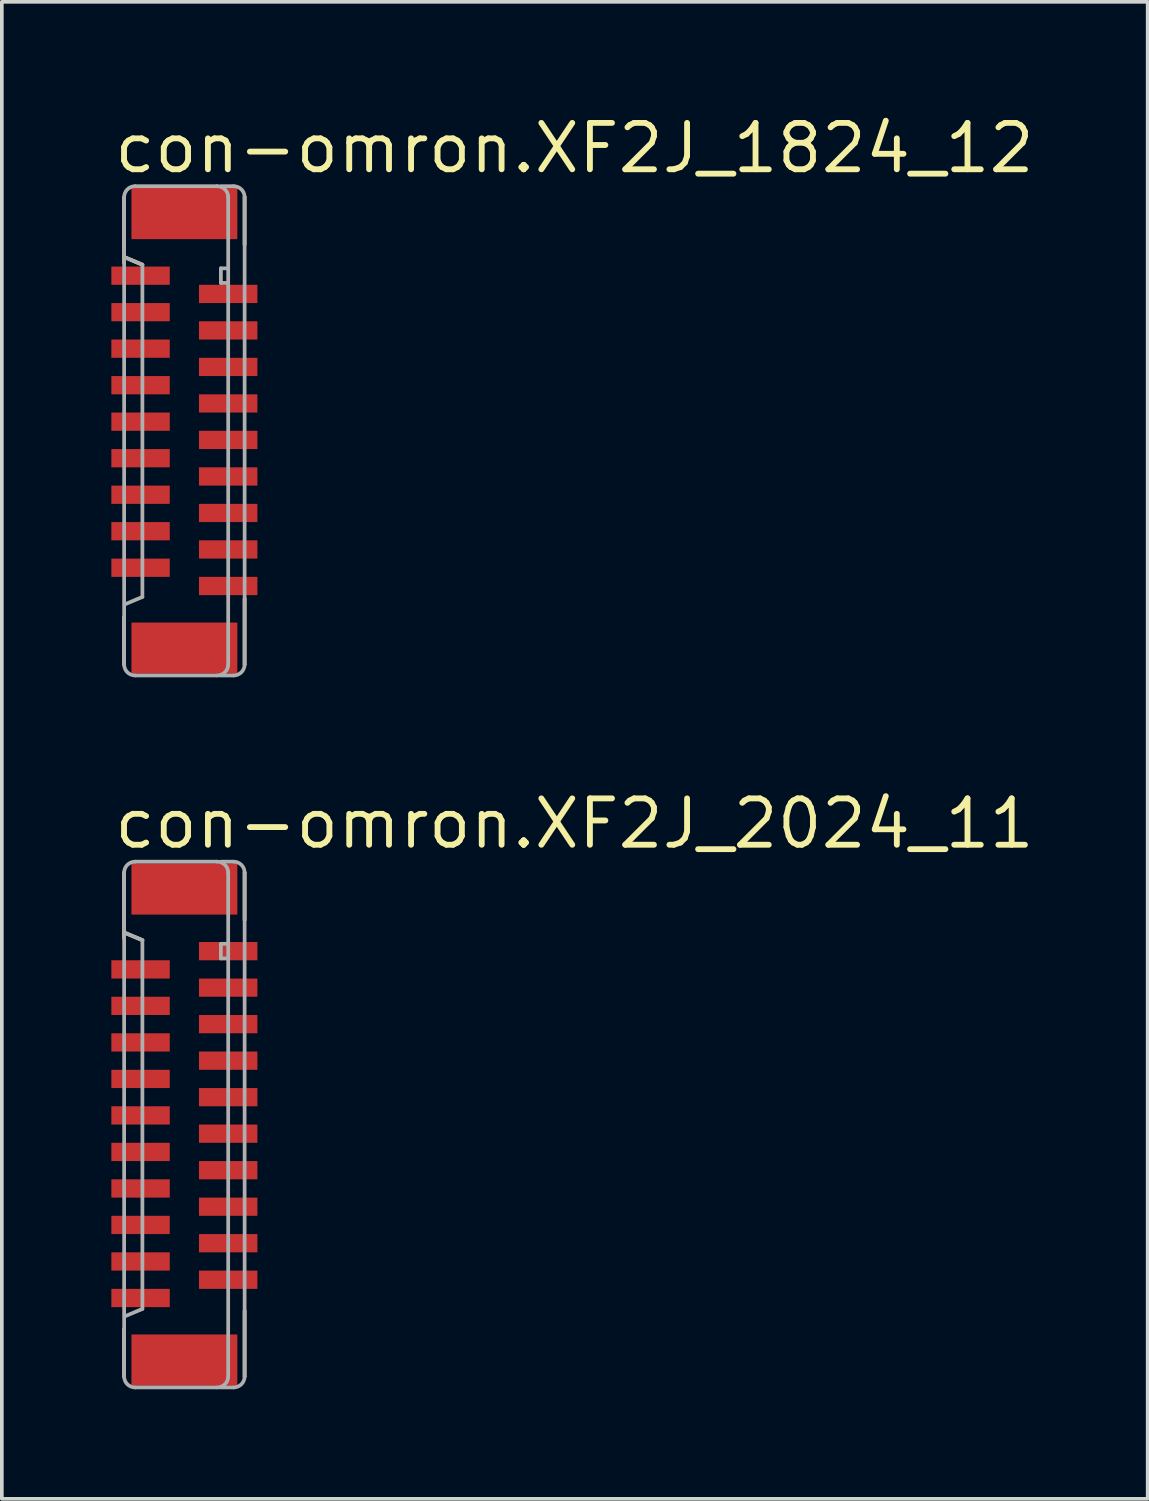
<source format=kicad_pcb>
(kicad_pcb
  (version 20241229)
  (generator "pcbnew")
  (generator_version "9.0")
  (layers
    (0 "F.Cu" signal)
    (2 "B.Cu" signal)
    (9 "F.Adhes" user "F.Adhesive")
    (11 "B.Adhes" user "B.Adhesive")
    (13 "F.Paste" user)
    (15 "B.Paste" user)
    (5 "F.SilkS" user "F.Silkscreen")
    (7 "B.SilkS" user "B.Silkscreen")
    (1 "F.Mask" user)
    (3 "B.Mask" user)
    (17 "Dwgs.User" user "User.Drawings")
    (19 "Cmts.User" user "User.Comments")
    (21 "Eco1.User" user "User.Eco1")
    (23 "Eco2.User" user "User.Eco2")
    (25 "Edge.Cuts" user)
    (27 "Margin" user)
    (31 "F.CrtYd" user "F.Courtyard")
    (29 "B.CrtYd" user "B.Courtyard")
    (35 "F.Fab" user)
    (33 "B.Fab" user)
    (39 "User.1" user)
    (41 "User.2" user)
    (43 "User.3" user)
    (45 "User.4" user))
  (footprint "con-omron.XF2J_1824_12"
    (layer "F.Cu")
    (at 2 8.75)
    (property "Reference" "con-omron.XF2J_1824_12" (at -2 -7 0) (layer "F.SilkS") (effects (font (size 1.27 1.27) (thickness 0.16)) (justify left bottom)))
    (attr smd)
    (fp_line (start -1.65 -6.4) (end -1.65 -4.6) (stroke (width 0.102) (type default)) (layer "F.SilkS"))
    (fp_line (start -1.65 5.1) (end -1.65 6.4) (stroke (width 0.102) (type default)) (layer "F.SilkS"))
    (fp_line (start -1.625 -4.75) (end -1.15 -4.55) (stroke (width 0.102) (type default)) (layer "F.SilkS"))
    (fp_line (start 1.65 -5.1) (end 1.65 -6.4) (stroke (width 0.102) (type default)) (layer "F.SilkS"))
    (fp_line (start 1.65 6.4) (end 1.65 4.6) (stroke (width 0.102) (type default)) (layer "F.SilkS"))
    (fp_line (start -1.65 -6.4) (end -1.65 6.4) (stroke (width 0.102) (type default)) (layer "F.Fab"))
    (fp_line (start -1.625 -4.75) (end -1.15 -4.55) (stroke (width 0.102) (type default)) (layer "F.Fab"))
    (fp_line (start -1.35 6.7) (end 0.9 6.7) (stroke (width 0.102) (type default)) (layer "F.Fab"))
    (fp_line (start -1.15 -4.55) (end -1.15 4.55) (stroke (width 0.102) (type default)) (layer "F.Fab"))
    (fp_line (start -1.15 4.55) (end -1.625 4.75) (stroke (width 0.102) (type default)) (layer "F.Fab"))
    (fp_line (start 0.9 -6.7) (end -1.35 -6.7) (stroke (width 0.102) (type default)) (layer "F.Fab"))
    (fp_line (start 0.975 6.7) (end 1.35 6.7) (stroke (width 0.102) (type default)) (layer "F.Fab"))
    (fp_line (start 1 -6.7) (end 1.35 -6.7) (stroke (width 0.102) (type default)) (layer "F.Fab"))
    (fp_line (start 1 -4.45) (end 1 -4.05) (stroke (width 0.102) (type default)) (layer "F.Fab"))
    (fp_line (start 1 -4.05) (end 1.15 -4.05) (stroke (width 0.102) (type default)) (layer "F.Fab"))
    (fp_line (start 1.15 -4.45) (end 1 -4.45) (stroke (width 0.102) (type default)) (layer "F.Fab"))
    (fp_line (start 1.2 6.4) (end 1.2 -6.4) (stroke (width 0.102) (type default)) (layer "F.Fab"))
    (fp_line (start 1.65 6.4) (end 1.65 -6.4) (stroke (width 0.102) (type default)) (layer "F.Fab"))
    (fp_arc (start -1.65 -6.4) (mid -1.562132 -6.612132) (end -1.35 -6.7) (stroke (width 0.1016) (type default)) (layer "F.Fab"))
    (fp_arc (start -1.35 6.7) (mid -1.562132 6.612132) (end -1.65 6.4) (stroke (width 0.1016) (type default)) (layer "F.Fab"))
    (fp_arc (start 0.9 -6.7) (mid 1.112132 -6.612132) (end 1.2 -6.4) (stroke (width 0.1016) (type default)) (layer "F.Fab"))
    (fp_arc (start 1.2 6.4) (mid 1.112132 6.612132) (end 0.9 6.7) (stroke (width 0.1016) (type default)) (layer "F.Fab"))
    (fp_arc (start 1.35 -6.7) (mid 1.562132 -6.612132) (end 1.65 -6.4) (stroke (width 0.1016) (type default)) (layer "F.Fab"))
    (fp_arc (start 1.65 6.4) (mid 1.562132 6.612132) (end 1.35 6.7) (stroke (width 0.1016) (type default)) (layer "F.Fab"))
    (pad "1" smd roundrect (at -1.2 -4.25 270) (size 0.5 1.6) (layers "F.Cu" "F.Mask" "F.Paste") (roundrect_rratio 0.01))
    (pad "2" smd roundrect (at 1.2 -3.75 90) (size 0.5 1.6) (layers "F.Cu" "F.Mask" "F.Paste") (roundrect_rratio 0.01))
    (pad "3" smd roundrect (at -1.2 -3.25 270) (size 0.5 1.6) (layers "F.Cu" "F.Mask" "F.Paste") (roundrect_rratio 0.01))
    (pad "4" smd roundrect (at 1.2 -2.75 90) (size 0.5 1.6) (layers "F.Cu" "F.Mask" "F.Paste") (roundrect_rratio 0.01))
    (pad "5" smd roundrect (at -1.2 -2.25 270) (size 0.5 1.6) (layers "F.Cu" "F.Mask" "F.Paste") (roundrect_rratio 0.01))
    (pad "6" smd roundrect (at 1.2 -1.75 90) (size 0.5 1.6) (layers "F.Cu" "F.Mask" "F.Paste") (roundrect_rratio 0.01))
    (pad "7" smd roundrect (at -1.2 -1.25 270) (size 0.5 1.6) (layers "F.Cu" "F.Mask" "F.Paste") (roundrect_rratio 0.01))
    (pad "8" smd roundrect (at 1.2 -0.75 90) (size 0.5 1.6) (layers "F.Cu" "F.Mask" "F.Paste") (roundrect_rratio 0.01))
    (pad "9" smd roundrect (at -1.2 -0.25 270) (size 0.5 1.6) (layers "F.Cu" "F.Mask" "F.Paste") (roundrect_rratio 0.01))
    (pad "10" smd roundrect (at 1.2 0.25 90) (size 0.5 1.6) (layers "F.Cu" "F.Mask" "F.Paste") (roundrect_rratio 0.01))
    (pad "11" smd roundrect (at -1.2 0.75 270) (size 0.5 1.6) (layers "F.Cu" "F.Mask" "F.Paste") (roundrect_rratio 0.01))
    (pad "12" smd roundrect (at 1.2 1.25 90) (size 0.5 1.6) (layers "F.Cu" "F.Mask" "F.Paste") (roundrect_rratio 0.01))
    (pad "13" smd roundrect (at -1.2 1.75 270) (size 0.5 1.6) (layers "F.Cu" "F.Mask" "F.Paste") (roundrect_rratio 0.01))
    (pad "14" smd roundrect (at 1.2 2.25 90) (size 0.5 1.6) (layers "F.Cu" "F.Mask" "F.Paste") (roundrect_rratio 0.01))
    (pad "15" smd roundrect (at -1.2 2.75 270) (size 0.5 1.6) (layers "F.Cu" "F.Mask" "F.Paste") (roundrect_rratio 0.01))
    (pad "16" smd roundrect (at 1.2 3.25 90) (size 0.5 1.6) (layers "F.Cu" "F.Mask" "F.Paste") (roundrect_rratio 0.01))
    (pad "17" smd roundrect (at -1.2 3.75 270) (size 0.5 1.6) (layers "F.Cu" "F.Mask" "F.Paste") (roundrect_rratio 0.01))
    (pad "18" smd roundrect (at 1.2 4.25 90) (size 0.5 1.6) (layers "F.Cu" "F.Mask" "F.Paste") (roundrect_rratio 0.01))
    (pad "M1" smd roundrect (at 0 -5.95 270) (size 1.4 2.9) (layers "F.Cu" "F.Mask" "F.Paste") (roundrect_rratio 0.01))
    (pad "M2" smd roundrect (at 0 5.95 270) (size 1.4 2.9) (layers "F.Cu" "F.Mask" "F.Paste") (roundrect_rratio 0.01)))
  (footprint "con-omron.XF2J_2024_11"
    (layer "F.Cu")
    (at 2 27.751)
    (property "Reference" "con-omron.XF2J_2024_11" (at -2 -7.5 0) (layer "F.SilkS") (effects (font (size 1.27 1.27) (thickness 0.16)) (justify left bottom)))
    (attr smd)
    (fp_line (start -1.65 -6.9) (end -1.65 -5.1) (stroke (width 0.102) (type default)) (layer "F.SilkS"))
    (fp_line (start -1.65 5.6) (end -1.65 6.9) (stroke (width 0.102) (type default)) (layer "F.SilkS"))
    (fp_line (start -1.625 -5.25) (end -1.15 -5.05) (stroke (width 0.102) (type default)) (layer "F.SilkS"))
    (fp_line (start 1.65 -5.6) (end 1.65 -6.9) (stroke (width 0.102) (type default)) (layer "F.SilkS"))
    (fp_line (start 1.65 6.9) (end 1.65 5.1) (stroke (width 0.102) (type default)) (layer "F.SilkS"))
    (fp_line (start -1.65 -6.9) (end -1.65 6.9) (stroke (width 0.102) (type default)) (layer "F.Fab"))
    (fp_line (start -1.625 -5.25) (end -1.15 -5.05) (stroke (width 0.102) (type default)) (layer "F.Fab"))
    (fp_line (start -1.35 7.2) (end 0.9 7.2) (stroke (width 0.102) (type default)) (layer "F.Fab"))
    (fp_line (start -1.15 -5.05) (end -1.15 5.05) (stroke (width 0.102) (type default)) (layer "F.Fab"))
    (fp_line (start -1.15 5.05) (end -1.625 5.25) (stroke (width 0.102) (type default)) (layer "F.Fab"))
    (fp_line (start 0.9 -7.2) (end -1.35 -7.2) (stroke (width 0.102) (type default)) (layer "F.Fab"))
    (fp_line (start 0.975 7.2) (end 1.35 7.2) (stroke (width 0.102) (type default)) (layer "F.Fab"))
    (fp_line (start 1 -7.2) (end 1.35 -7.2) (stroke (width 0.102) (type default)) (layer "F.Fab"))
    (fp_line (start 1 -4.95) (end 1 -4.55) (stroke (width 0.102) (type default)) (layer "F.Fab"))
    (fp_line (start 1 -4.55) (end 1.15 -4.55) (stroke (width 0.102) (type default)) (layer "F.Fab"))
    (fp_line (start 1.15 -4.95) (end 1 -4.95) (stroke (width 0.102) (type default)) (layer "F.Fab"))
    (fp_line (start 1.2 6.9) (end 1.2 -6.9) (stroke (width 0.102) (type default)) (layer "F.Fab"))
    (fp_line (start 1.65 6.9) (end 1.65 -6.9) (stroke (width 0.102) (type default)) (layer "F.Fab"))
    (fp_arc (start -1.65 -6.9) (mid -1.562132 -7.112132) (end -1.35 -7.2) (stroke (width 0.1016) (type default)) (layer "F.Fab"))
    (fp_arc (start -1.35 7.2) (mid -1.562132 7.112132) (end -1.65 6.9) (stroke (width 0.1016) (type default)) (layer "F.Fab"))
    (fp_arc (start 0.9 -7.2) (mid 1.112132 -7.112132) (end 1.2 -6.9) (stroke (width 0.1016) (type default)) (layer "F.Fab"))
    (fp_arc (start 1.2 6.9) (mid 1.112132 7.112132) (end 0.9 7.2) (stroke (width 0.1016) (type default)) (layer "F.Fab"))
    (fp_arc (start 1.35 -7.2) (mid 1.562132 -7.112132) (end 1.65 -6.9) (stroke (width 0.1016) (type default)) (layer "F.Fab"))
    (fp_arc (start 1.65 6.9) (mid 1.562132 7.112132) (end 1.35 7.2) (stroke (width 0.1016) (type default)) (layer "F.Fab"))
    (pad "1" smd roundrect (at 1.2 -4.75 270) (size 0.5 1.6) (layers "F.Cu" "F.Mask" "F.Paste") (roundrect_rratio 0.01))
    (pad "2" smd roundrect (at -1.2 -4.25 90) (size 0.5 1.6) (layers "F.Cu" "F.Mask" "F.Paste") (roundrect_rratio 0.01))
    (pad "3" smd roundrect (at 1.2 -3.75 270) (size 0.5 1.6) (layers "F.Cu" "F.Mask" "F.Paste") (roundrect_rratio 0.01))
    (pad "4" smd roundrect (at -1.2 -3.25 90) (size 0.5 1.6) (layers "F.Cu" "F.Mask" "F.Paste") (roundrect_rratio 0.01))
    (pad "5" smd roundrect (at 1.2 -2.75 270) (size 0.5 1.6) (layers "F.Cu" "F.Mask" "F.Paste") (roundrect_rratio 0.01))
    (pad "6" smd roundrect (at -1.2 -2.25 90) (size 0.5 1.6) (layers "F.Cu" "F.Mask" "F.Paste") (roundrect_rratio 0.01))
    (pad "7" smd roundrect (at 1.2 -1.75 270) (size 0.5 1.6) (layers "F.Cu" "F.Mask" "F.Paste") (roundrect_rratio 0.01))
    (pad "8" smd roundrect (at -1.2 -1.25 90) (size 0.5 1.6) (layers "F.Cu" "F.Mask" "F.Paste") (roundrect_rratio 0.01))
    (pad "9" smd roundrect (at 1.2 -0.75 270) (size 0.5 1.6) (layers "F.Cu" "F.Mask" "F.Paste") (roundrect_rratio 0.01))
    (pad "10" smd roundrect (at -1.2 -0.25 90) (size 0.5 1.6) (layers "F.Cu" "F.Mask" "F.Paste") (roundrect_rratio 0.01))
    (pad "11" smd roundrect (at 1.2 0.25 270) (size 0.5 1.6) (layers "F.Cu" "F.Mask" "F.Paste") (roundrect_rratio 0.01))
    (pad "12" smd roundrect (at -1.2 0.75 90) (size 0.5 1.6) (layers "F.Cu" "F.Mask" "F.Paste") (roundrect_rratio 0.01))
    (pad "13" smd roundrect (at 1.2 1.25 270) (size 0.5 1.6) (layers "F.Cu" "F.Mask" "F.Paste") (roundrect_rratio 0.01))
    (pad "14" smd roundrect (at -1.2 1.75 90) (size 0.5 1.6) (layers "F.Cu" "F.Mask" "F.Paste") (roundrect_rratio 0.01))
    (pad "15" smd roundrect (at 1.2 2.25 270) (size 0.5 1.6) (layers "F.Cu" "F.Mask" "F.Paste") (roundrect_rratio 0.01))
    (pad "16" smd roundrect (at -1.2 2.75 90) (size 0.5 1.6) (layers "F.Cu" "F.Mask" "F.Paste") (roundrect_rratio 0.01))
    (pad "17" smd roundrect (at 1.2 3.25 270) (size 0.5 1.6) (layers "F.Cu" "F.Mask" "F.Paste") (roundrect_rratio 0.01))
    (pad "18" smd roundrect (at -1.2 3.75 90) (size 0.5 1.6) (layers "F.Cu" "F.Mask" "F.Paste") (roundrect_rratio 0.01))
    (pad "19" smd roundrect (at 1.2 4.25 270) (size 0.5 1.6) (layers "F.Cu" "F.Mask" "F.Paste") (roundrect_rratio 0.01))
    (pad "20" smd roundrect (at -1.2 4.75 90) (size 0.5 1.6) (layers "F.Cu" "F.Mask" "F.Paste") (roundrect_rratio 0.01))
    (pad "M1" smd roundrect (at 0 -6.45 270) (size 1.4 2.9) (layers "F.Cu" "F.Mask" "F.Paste") (roundrect_rratio 0.01))
    (pad "M2" smd roundrect (at 0 6.45 270) (size 1.4 2.9) (layers "F.Cu" "F.Mask" "F.Paste") (roundrect_rratio 0.01)))
  (gr_rect
    (start -3 -3)
    (end 28.384 38.002)
    (stroke (width 0.1) (type default))
    (fill no)
    (layer "Edge.Cuts")))
</source>
